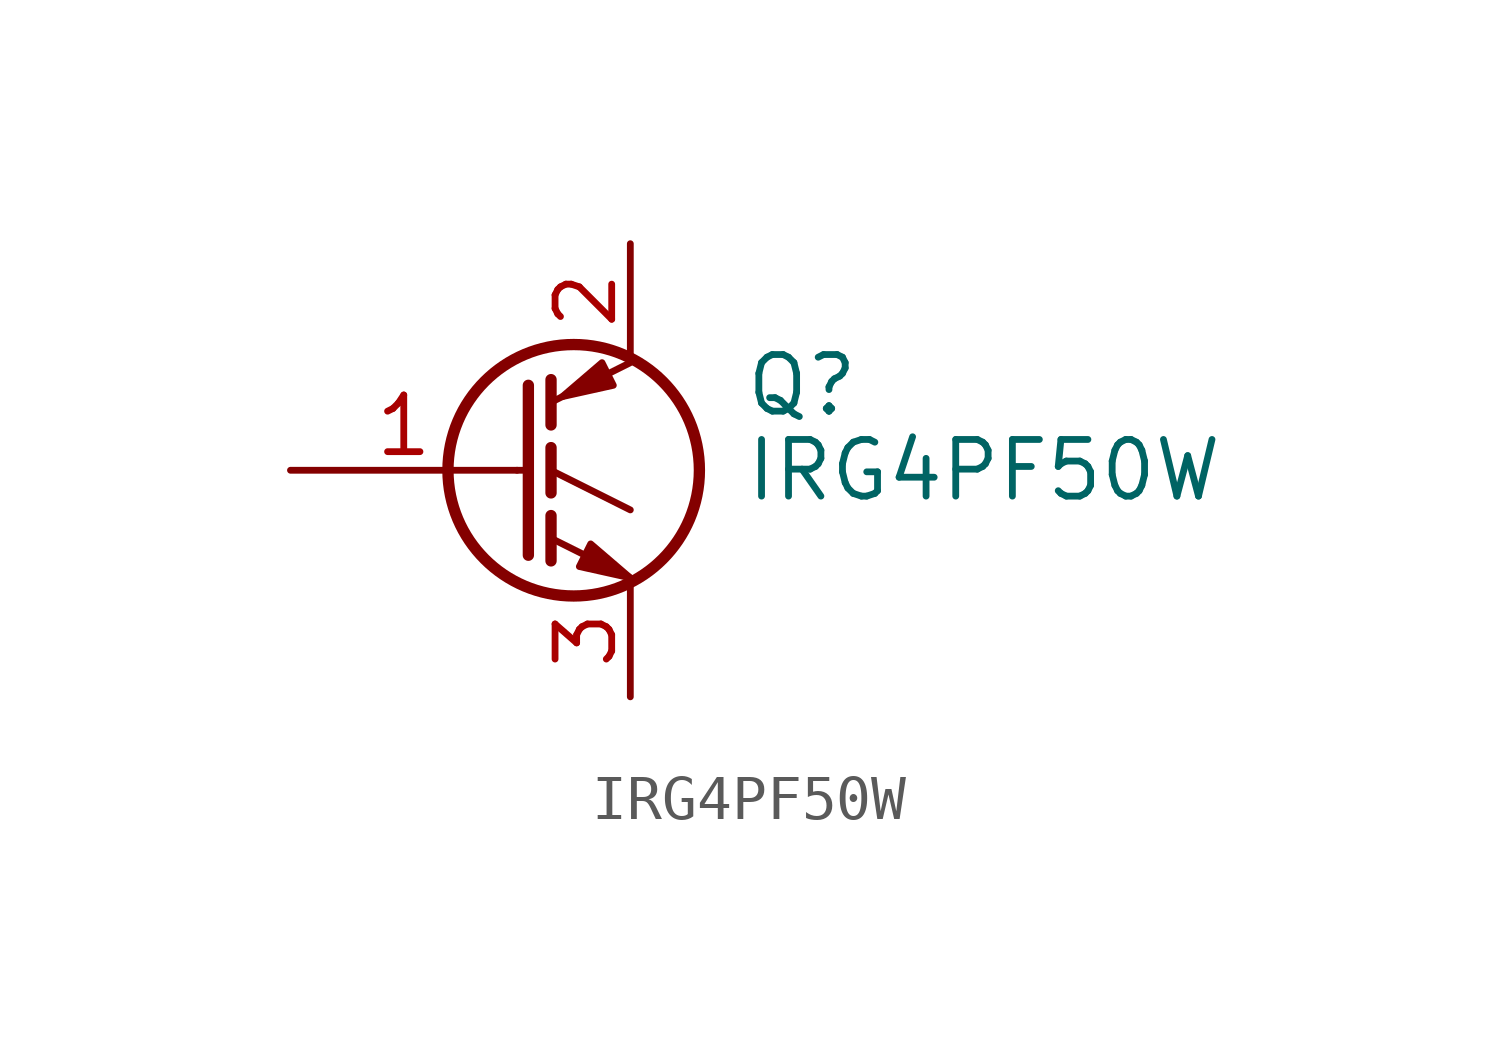
<source format=kicad_sym>
(kicad_symbol_lib
  (version 20211014)
  (generator kicad_symbol_editor)
  (symbol "IRG4PF50W"
    (pin_names
      (offset 0) hide)
    (property "Reference" "Q"
      (at 5.08 1.905 0)
      (effects (font (size 1.27 1.27)) (justify left)))
    (property "Value" "IRG4PF50W"
      (at 5.08 0 0)
      (effects (font (size 1.27 1.27)) (justify left)))
    (symbol "IRG4PF50W_0_1"
      (polyline (pts (xy 0 0) (xy 0.254 0)) (stroke (width 0) (type default) (color 0 0 0 0)) (fill (type none)))
      (polyline (pts (xy 0.762 -1.016) (xy 0.762 -2.032)) (stroke (width 0.254) (type default) (color 0 0 0 0)) (fill (type none)))
      (polyline (pts (xy 0.762 0.508) (xy 0.762 -0.508)) (stroke (width 0.254) (type default) (color 0 0 0 0)) (fill (type none)))
      (polyline (pts (xy 0.762 2.032) (xy 0.762 1.016)) (stroke (width 0.254) (type default) (color 0 0 0 0)) (fill (type none)))
      (polyline (pts (xy 2.54 -2.413) (xy 0.762 -1.524)) (stroke (width 0) (type default) (color 0 0 0 0)) (fill (type none)))
      (polyline (pts (xy 2.54 -0.889) (xy 0.762 0)) (stroke (width 0) (type default) (color 0 0 0 0)) (fill (type none)))
      (polyline (pts (xy 2.54 2.413) (xy 0.762 1.524)) (stroke (width 0) (type default) (color 0 0 0 0)) (fill (type none)))
      (polyline (pts (xy 0.254 1.905) (xy 0.254 -1.905) (xy 0.254 -1.905)) (stroke (width 0.254) (type default) (color 0 0 0 0)) (fill (type none)))
      (polyline (pts (xy 1.397 -2.159) (xy 1.651 -1.651) (xy 2.54 -2.413) (xy 1.397 -2.159)) (stroke (width 0) (type default) (color 0 0 0 0)) (fill (type outline)))
      (polyline (pts (xy 2.159 1.905) (xy 1.905 2.413) (xy 1.016 1.651) (xy 2.159 1.905)) (stroke (width 0) (type default) (color 0 0 0 0)) (fill (type outline)))
      (circle (center 1.27 0) (radius 2.819) (stroke (width 0.254) (type default) (color 0 0 0 0)) (fill (type none))))
    (symbol "IRG4PF50W_1_1"
      (pin input line (at -5.08 0 0) (length 5.08) (name "G" (effects (font (size 1.27 1.27)))) (number "1" (effects (font (size 1.27 1.27)))))
      (pin passive line (at 2.54 5.08 270) (length 2.54) (name "C" (effects (font (size 1.27 1.27)))) (number "2" (effects (font (size 1.27 1.27)))))
      (pin passive line (at 2.54 -5.08 90) (length 2.54) (name "E" (effects (font (size 1.27 1.27)))) (number "3" (effects (font (size 1.27 1.27))))))))
</source>
